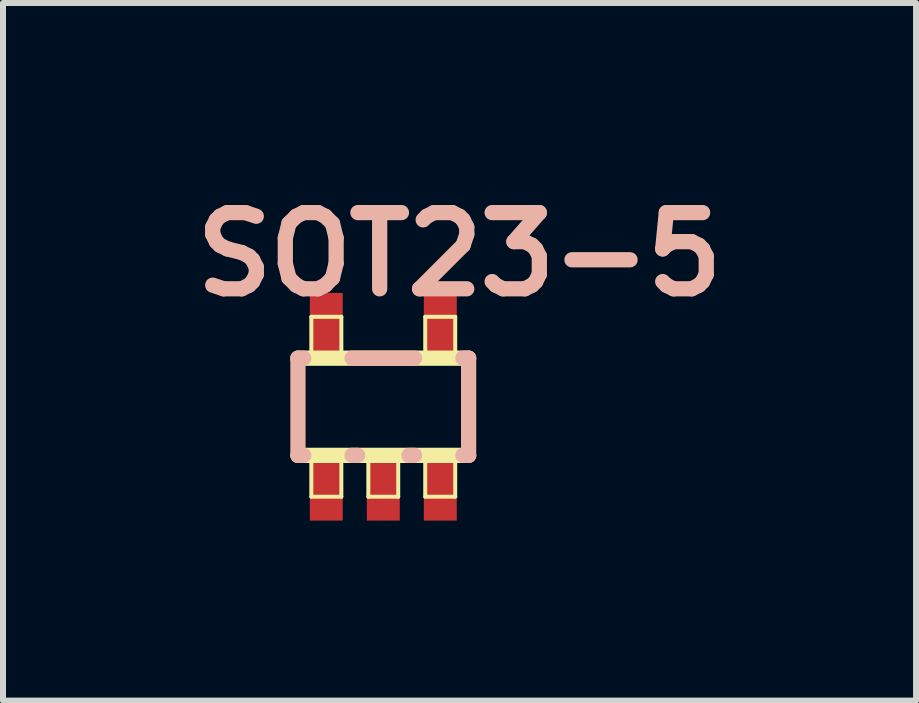
<source format=kicad_pcb>
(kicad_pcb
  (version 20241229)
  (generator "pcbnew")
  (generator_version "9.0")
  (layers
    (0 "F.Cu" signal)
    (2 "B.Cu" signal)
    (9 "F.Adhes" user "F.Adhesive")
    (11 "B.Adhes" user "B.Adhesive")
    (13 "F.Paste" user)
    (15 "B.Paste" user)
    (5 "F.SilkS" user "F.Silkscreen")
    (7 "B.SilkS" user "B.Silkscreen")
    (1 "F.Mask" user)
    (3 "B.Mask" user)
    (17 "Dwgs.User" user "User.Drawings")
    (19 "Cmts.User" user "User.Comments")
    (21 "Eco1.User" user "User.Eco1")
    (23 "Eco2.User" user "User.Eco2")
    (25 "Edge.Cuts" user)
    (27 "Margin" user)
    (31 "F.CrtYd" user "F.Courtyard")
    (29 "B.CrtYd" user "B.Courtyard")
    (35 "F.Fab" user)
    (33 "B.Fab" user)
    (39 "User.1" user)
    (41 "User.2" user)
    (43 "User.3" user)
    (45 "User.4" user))
  (footprint "SOT23-5"
    (layer "F.Cu")
    (at 3.338 3.729)
    (property "Reference" "SOT23-5" (at 1.27 -2.54 0) (layer "B.SilkS") (effects (font (size 1.27 1.27) (thickness 0.254))))
    (attr smd)
    (fp_line (start -1.422 -0.81) (end 1.422 -0.81) (stroke (width 0.254) (type solid)) (layer "F.SilkS"))
    (fp_line (start -1.199 -1.499) (end -0.699 -1.499) (stroke (width 0.066) (type solid)) (layer "F.SilkS"))
    (fp_line (start -1.199 -0.848) (end -1.199 -1.499) (stroke (width 0.066) (type solid)) (layer "F.SilkS"))
    (fp_line (start -1.199 -0.848) (end -0.699 -0.848) (stroke (width 0.066) (type solid)) (layer "F.SilkS"))
    (fp_line (start -1.199 0.848) (end -0.699 0.848) (stroke (width 0.066) (type solid)) (layer "F.SilkS"))
    (fp_line (start -1.199 1.499) (end -1.199 0.848) (stroke (width 0.066) (type solid)) (layer "F.SilkS"))
    (fp_line (start -1.199 1.499) (end -0.699 1.499) (stroke (width 0.066) (type solid)) (layer "F.SilkS"))
    (fp_line (start -0.699 -0.848) (end -0.699 -1.499) (stroke (width 0.066) (type solid)) (layer "F.SilkS"))
    (fp_line (start -0.699 1.499) (end -0.699 0.848) (stroke (width 0.066) (type solid)) (layer "F.SilkS"))
    (fp_line (start -0.249 0.848) (end 0.249 0.848) (stroke (width 0.066) (type solid)) (layer "F.SilkS"))
    (fp_line (start -0.249 1.499) (end -0.249 0.848) (stroke (width 0.066) (type solid)) (layer "F.SilkS"))
    (fp_line (start -0.249 1.499) (end 0.249 1.499) (stroke (width 0.066) (type solid)) (layer "F.SilkS"))
    (fp_line (start 0.249 1.499) (end 0.249 0.848) (stroke (width 0.066) (type solid)) (layer "F.SilkS"))
    (fp_line (start 0.699 -1.499) (end 1.199 -1.499) (stroke (width 0.066) (type solid)) (layer "F.SilkS"))
    (fp_line (start 0.699 -0.848) (end 0.699 -1.499) (stroke (width 0.066) (type solid)) (layer "F.SilkS"))
    (fp_line (start 0.699 -0.848) (end 1.199 -0.848) (stroke (width 0.066) (type solid)) (layer "F.SilkS"))
    (fp_line (start 0.699 0.848) (end 1.199 0.848) (stroke (width 0.066) (type solid)) (layer "F.SilkS"))
    (fp_line (start 0.699 1.499) (end 0.699 0.848) (stroke (width 0.066) (type solid)) (layer "F.SilkS"))
    (fp_line (start 0.699 1.499) (end 1.199 1.499) (stroke (width 0.066) (type solid)) (layer "F.SilkS"))
    (fp_line (start 1.199 -0.848) (end 1.199 -1.499) (stroke (width 0.066) (type solid)) (layer "F.SilkS"))
    (fp_line (start 1.199 1.499) (end 1.199 0.848) (stroke (width 0.066) (type solid)) (layer "F.SilkS"))
    (fp_line (start 1.422 0.81) (end -1.422 0.81) (stroke (width 0.254) (type solid)) (layer "F.SilkS"))
    (fp_line (start -1.422 -0.81) (end -1.326 -0.81) (stroke (width 0.254) (type solid)) (layer "B.SilkS"))
    (fp_line (start -1.422 0.81) (end -1.422 -0.81) (stroke (width 0.254) (type solid)) (layer "B.SilkS"))
    (fp_line (start -1.326 0.81) (end -1.422 0.81) (stroke (width 0.254) (type solid)) (layer "B.SilkS"))
    (fp_line (start -0.521 -0.81) (end 0.521 -0.81) (stroke (width 0.254) (type solid)) (layer "B.SilkS"))
    (fp_line (start -0.427 0.81) (end -0.521 0.81) (stroke (width 0.254) (type solid)) (layer "B.SilkS"))
    (fp_line (start 0.521 0.81) (end 0.427 0.81) (stroke (width 0.254) (type solid)) (layer "B.SilkS"))
    (fp_line (start 1.326 -0.81) (end 1.422 -0.81) (stroke (width 0.254) (type solid)) (layer "B.SilkS"))
    (fp_line (start 1.422 -0.81) (end 1.422 0.81) (stroke (width 0.254) (type solid)) (layer "B.SilkS"))
    (fp_line (start 1.422 0.81) (end 1.326 0.81) (stroke (width 0.254) (type solid)) (layer "B.SilkS"))
    (pad "1" smd rect (at -0.95 1.298) (size 0.549 1.199) (layers "F.Cu" "F.Mask" "F.Paste"))
    (pad "2" smd rect (at 0 1.298) (size 0.549 1.199) (layers "F.Cu" "F.Mask" "F.Paste"))
    (pad "3" smd rect (at 0.95 1.298) (size 0.549 1.199) (layers "F.Cu" "F.Mask" "F.Paste"))
    (pad "4" smd rect (at 0.95 -1.298) (size 0.549 1.199) (layers "F.Cu" "F.Mask" "F.Paste"))
    (pad "5" smd rect (at -0.95 -1.298) (size 0.549 1.199) (layers "F.Cu" "F.Mask" "F.Paste")))
  (gr_rect
    (start -3 -3)
    (end 12.217 8.626)
    (stroke (width 0.1) (type default))
    (fill no)
    (layer "Edge.Cuts")))
</source>
